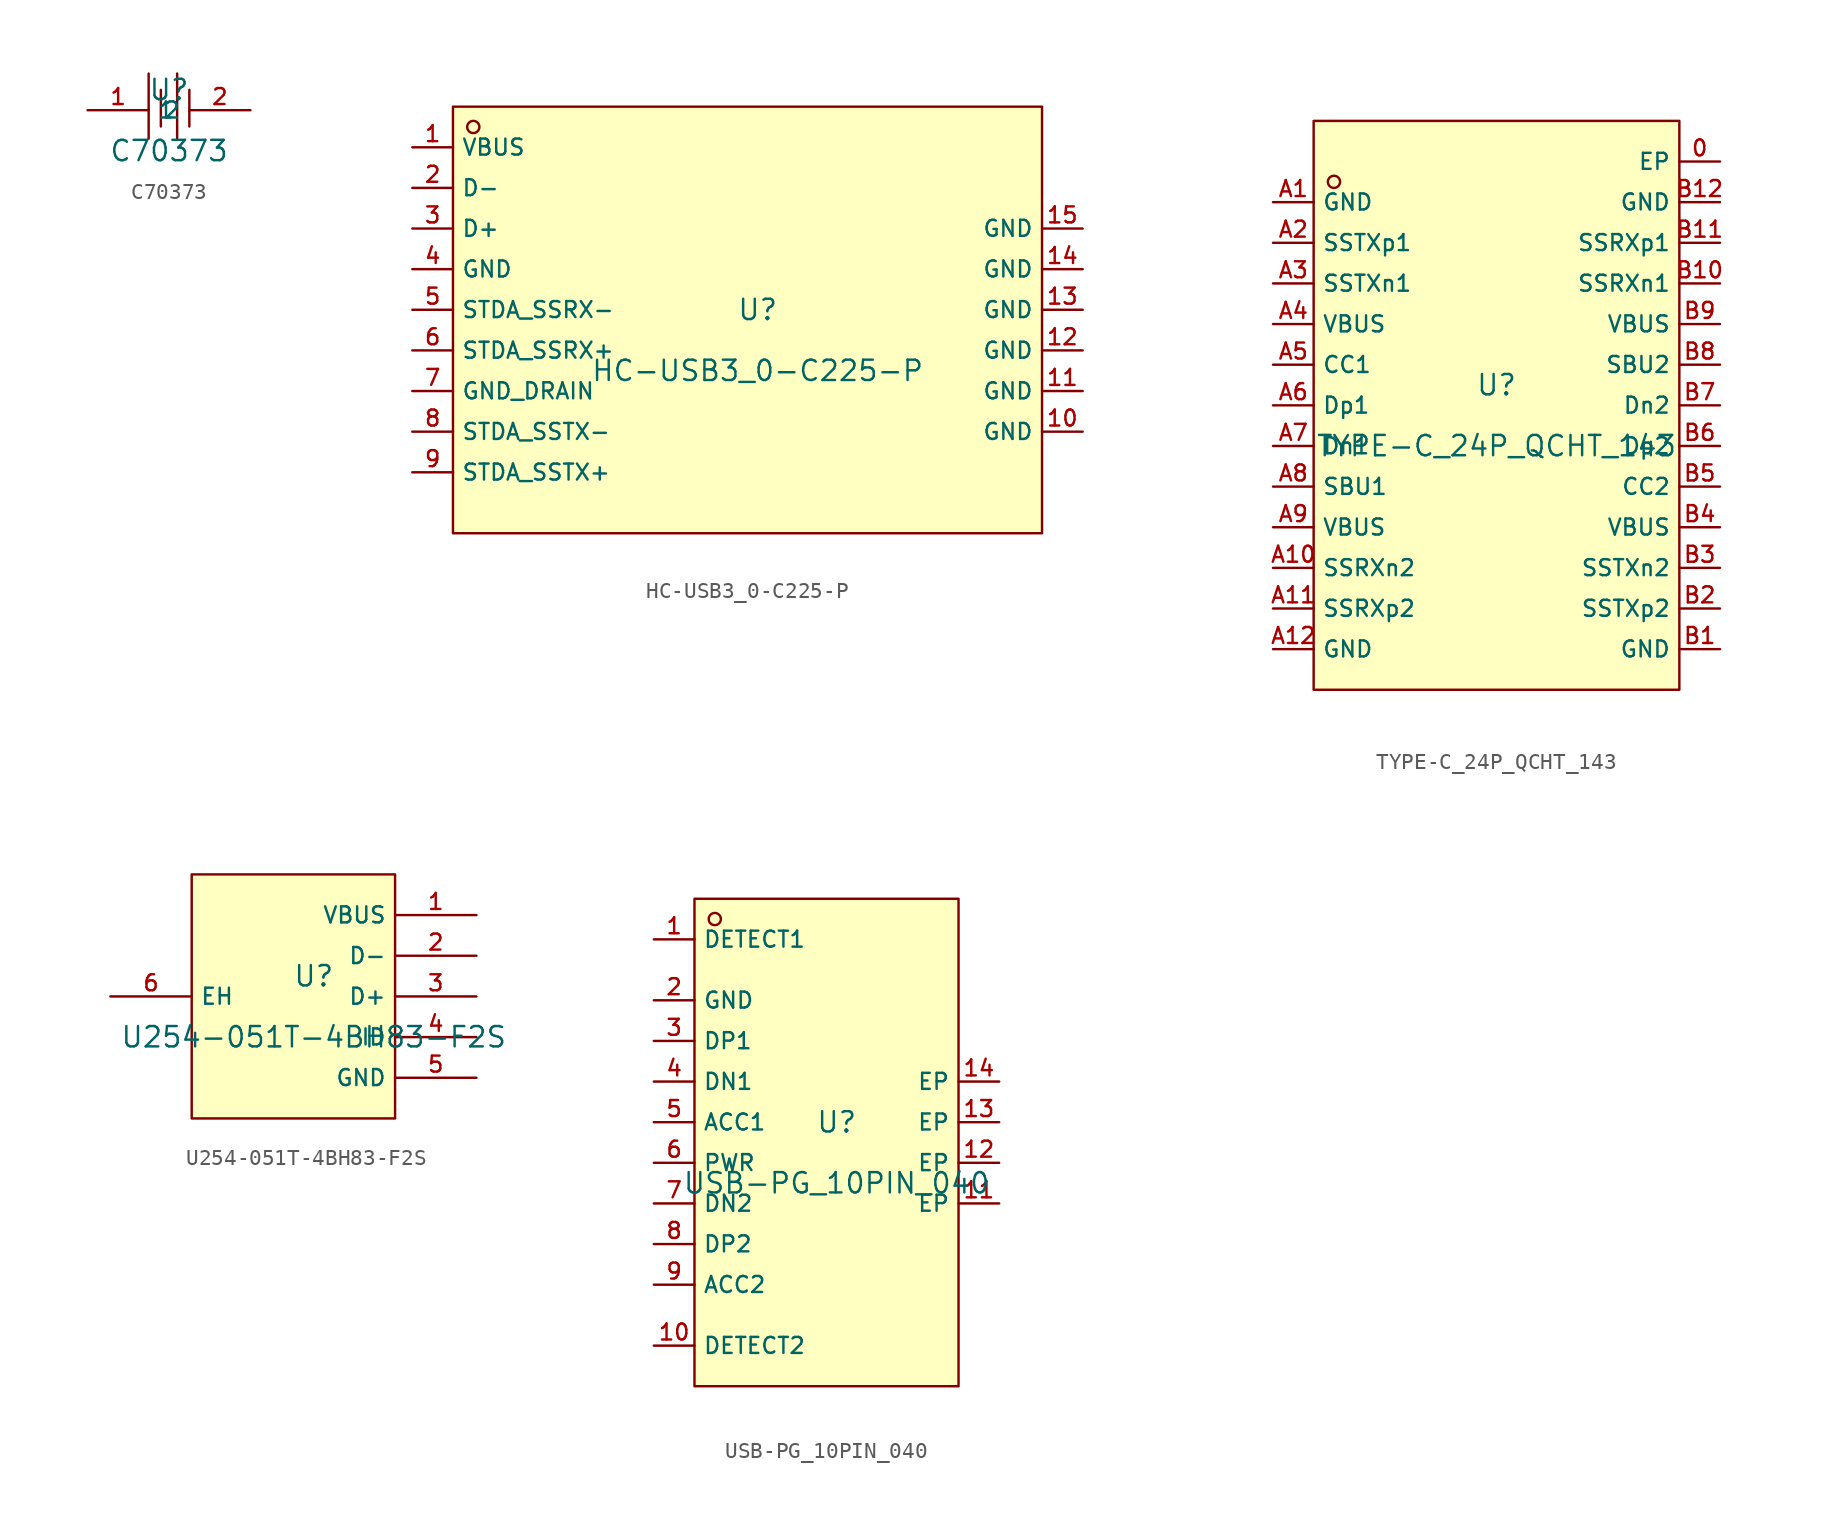
<source format=kicad_sym>
(kicad_symbol_lib
  (version 20210201)
  (generator TousstNicolas/JLC2KiCad_lib)
  (symbol "C70373"
    (property "Reference" "U"
      (at 0 1.27 0)
      (effects (font (size 1.27 1.27))))
    (property "Value" "C70373"
      (at 0 -2.54 0)
      (effects (font (size 1.27 1.27))))
    (symbol "C70373_0_1"
      (pin input line (at 5.08 -0.0 180) (length 3.81) (name "2" (effects (font (size 1 1)))) (number "2" (effects (font (size 1 1)))))
      (pin input line (at -5.08 -0.0 0) (length 3.81) (name "1" (effects (font (size 1 1)))) (number "1" (effects (font (size 1 1)))))
      (polyline (pts (xy 1.27 1.27) (xy 1.27 -1.016)) (stroke (width 0) (type default) (color 0 0 0 0)) (fill (type none)))
      (polyline (pts (xy 0.508 2.286) (xy 0.508 -1.778)) (stroke (width 0) (type default) (color 0 0 0 0)) (fill (type none)))
      (polyline (pts (xy -0.508 1.27) (xy -0.508 -1.016)) (stroke (width 0) (type default) (color 0 0 0 0)) (fill (type none)))
      (polyline (pts (xy -1.27 2.286) (xy -1.27 -1.778)) (stroke (width 0) (type default) (color 0 0 0 0)) (fill (type none)))))
  (symbol "HC-USB3_0-C225-P"
    (property "Reference" "U"
      (at 0 1.27 0)
      (effects (font (size 1.27 1.27))))
    (property "Value" "HC-USB3_0-C225-P"
      (at 0 -2.54 0)
      (effects (font (size 1.27 1.27))))
    (symbol "HC-USB3_0-C225-P_0_1"
      (rectangle (start -19.05 13.97) (end 17.78 -12.7) (stroke (width 0) (type default) (color 0 0 0 0)) (fill (type background)))
      (circle (center -17.78 12.7) (radius 0.381) (stroke (width 0) (type default) (color 0 0 0 0)) (fill (type background)))
      (pin unspecified line (at -21.59 11.43 0) (length 2.54) (name "VBUS" (effects (font (size 1 1)))) (number "1" (effects (font (size 1 1)))))
      (pin unspecified line (at -21.59 8.89 0) (length 2.54) (name "D-" (effects (font (size 1 1)))) (number "2" (effects (font (size 1 1)))))
      (pin unspecified line (at -21.59 6.35 0) (length 2.54) (name "D+" (effects (font (size 1 1)))) (number "3" (effects (font (size 1 1)))))
      (pin unspecified line (at -21.59 3.81 0) (length 2.54) (name "GND" (effects (font (size 1 1)))) (number "4" (effects (font (size 1 1)))))
      (pin unspecified line (at -21.59 1.27 0) (length 2.54) (name "STDA_SSRX-" (effects (font (size 1 1)))) (number "5" (effects (font (size 1 1)))))
      (pin unspecified line (at -21.59 -1.27 0) (length 2.54) (name "STDA_SSRX+" (effects (font (size 1 1)))) (number "6" (effects (font (size 1 1)))))
      (pin unspecified line (at -21.59 -3.81 0) (length 2.54) (name "GND_DRAIN" (effects (font (size 1 1)))) (number "7" (effects (font (size 1 1)))))
      (pin unspecified line (at -21.59 -6.35 0) (length 2.54) (name "STDA_SSTX-" (effects (font (size 1 1)))) (number "8" (effects (font (size 1 1)))))
      (pin unspecified line (at -21.59 -8.89 0) (length 2.54) (name "STDA_SSTX+" (effects (font (size 1 1)))) (number "9" (effects (font (size 1 1)))))
      (pin unspecified line (at 20.32 -6.35 180) (length 2.54) (name "GND" (effects (font (size 1 1)))) (number "10" (effects (font (size 1 1)))))
      (pin unspecified line (at 20.32 -3.81 180) (length 2.54) (name "GND" (effects (font (size 1 1)))) (number "11" (effects (font (size 1 1)))))
      (pin unspecified line (at 20.32 -1.27 180) (length 2.54) (name "GND" (effects (font (size 1 1)))) (number "12" (effects (font (size 1 1)))))
      (pin unspecified line (at 20.32 1.27 180) (length 2.54) (name "GND" (effects (font (size 1 1)))) (number "13" (effects (font (size 1 1)))))
      (pin unspecified line (at 20.32 3.81 180) (length 2.54) (name "GND" (effects (font (size 1 1)))) (number "14" (effects (font (size 1 1)))))
      (pin unspecified line (at 20.32 6.35 180) (length 2.54) (name "GND" (effects (font (size 1 1)))) (number "15" (effects (font (size 1 1)))))))
  (symbol "TYPE-C_24P_QCHT_143"
    (property "Reference" "U"
      (at 0 1.27 0)
      (effects (font (size 1.27 1.27))))
    (property "Value" "TYPE-C_24P_QCHT_143"
      (at 0 -2.54 0)
      (effects (font (size 1.27 1.27))))
    (symbol "TYPE-C_24P_QCHT_143_0_1"
      (rectangle (start -11.43 17.78) (end 11.43 -17.78) (stroke (width 0) (type default) (color 0 0 0 0)) (fill (type background)))
      (circle (center -10.16 13.97) (radius 0.381) (stroke (width 0) (type default) (color 0 0 0 0)) (fill (type background)))
      (pin unspecified line (at -13.97 12.7 0) (length 2.54) (name "GND" (effects (font (size 1 1)))) (number "A1" (effects (font (size 1 1)))))
      (pin unspecified line (at -13.97 10.16 0) (length 2.54) (name "SSTXp1" (effects (font (size 1 1)))) (number "A2" (effects (font (size 1 1)))))
      (pin unspecified line (at -13.97 7.62 0) (length 2.54) (name "SSTXn1" (effects (font (size 1 1)))) (number "A3" (effects (font (size 1 1)))))
      (pin unspecified line (at -13.97 5.08 0) (length 2.54) (name "VBUS" (effects (font (size 1 1)))) (number "A4" (effects (font (size 1 1)))))
      (pin unspecified line (at -13.97 2.54 0) (length 2.54) (name "CC1" (effects (font (size 1 1)))) (number "A5" (effects (font (size 1 1)))))
      (pin unspecified line (at -13.97 -0.0 0) (length 2.54) (name "Dp1" (effects (font (size 1 1)))) (number "A6" (effects (font (size 1 1)))))
      (pin unspecified line (at -13.97 -2.54 0) (length 2.54) (name "Dn1" (effects (font (size 1 1)))) (number "A7" (effects (font (size 1 1)))))
      (pin unspecified line (at -13.97 -5.08 0) (length 2.54) (name "SBU1" (effects (font (size 1 1)))) (number "A8" (effects (font (size 1 1)))))
      (pin unspecified line (at -13.97 -7.62 0) (length 2.54) (name "VBUS" (effects (font (size 1 1)))) (number "A9" (effects (font (size 1 1)))))
      (pin unspecified line (at -13.97 -10.16 0) (length 2.54) (name "SSRXn2" (effects (font (size 1 1)))) (number "A10" (effects (font (size 1 1)))))
      (pin unspecified line (at -13.97 -12.7 0) (length 2.54) (name "SSRXp2" (effects (font (size 1 1)))) (number "A11" (effects (font (size 1 1)))))
      (pin unspecified line (at -13.97 -15.24 0) (length 2.54) (name "GND" (effects (font (size 1 1)))) (number "A12" (effects (font (size 1 1)))))
      (pin unspecified line (at 13.97 -15.24 180) (length 2.54) (name "GND" (effects (font (size 1 1)))) (number "B1" (effects (font (size 1 1)))))
      (pin unspecified line (at 13.97 -12.7 180) (length 2.54) (name "SSTXp2" (effects (font (size 1 1)))) (number "B2" (effects (font (size 1 1)))))
      (pin unspecified line (at 13.97 -10.16 180) (length 2.54) (name "SSTXn2" (effects (font (size 1 1)))) (number "B3" (effects (font (size 1 1)))))
      (pin unspecified line (at 13.97 -7.62 180) (length 2.54) (name "VBUS" (effects (font (size 1 1)))) (number "B4" (effects (font (size 1 1)))))
      (pin unspecified line (at 13.97 -5.08 180) (length 2.54) (name "CC2" (effects (font (size 1 1)))) (number "B5" (effects (font (size 1 1)))))
      (pin unspecified line (at 13.97 -2.54 180) (length 2.54) (name "Dp2" (effects (font (size 1 1)))) (number "B6" (effects (font (size 1 1)))))
      (pin unspecified line (at 13.97 -0.0 180) (length 2.54) (name "Dn2" (effects (font (size 1 1)))) (number "B7" (effects (font (size 1 1)))))
      (pin unspecified line (at 13.97 2.54 180) (length 2.54) (name "SBU2" (effects (font (size 1 1)))) (number "B8" (effects (font (size 1 1)))))
      (pin unspecified line (at 13.97 5.08 180) (length 2.54) (name "VBUS" (effects (font (size 1 1)))) (number "B9" (effects (font (size 1 1)))))
      (pin unspecified line (at 13.97 7.62 180) (length 2.54) (name "SSRXn1" (effects (font (size 1 1)))) (number "B10" (effects (font (size 1 1)))))
      (pin unspecified line (at 13.97 10.16 180) (length 2.54) (name "SSRXp1" (effects (font (size 1 1)))) (number "B11" (effects (font (size 1 1)))))
      (pin unspecified line (at 13.97 12.7 180) (length 2.54) (name "GND" (effects (font (size 1 1)))) (number "B12" (effects (font (size 1 1)))))
      (pin unspecified line (at 13.97 15.24 180) (length 2.54) (name "EP" (effects (font (size 1 1)))) (number "0" (effects (font (size 1 1)))))))
  (symbol "U254-051T-4BH83-F2S"
    (property "Reference" "U"
      (at 0 1.27 0)
      (effects (font (size 1.27 1.27))))
    (property "Value" "U254-051T-4BH83-F2S"
      (at 0 -2.54 0)
      (effects (font (size 1.27 1.27))))
    (symbol "U254-051T-4BH83-F2S_0_1"
      (rectangle (start -7.62 7.62) (end 5.08 -7.62) (stroke (width 0) (type default) (color 0 0 0 0)) (fill (type background)))
      (pin input line (at 10.16 -5.08 180) (length 5.08) (name "GND" (effects (font (size 1 1)))) (number "5" (effects (font (size 1 1)))))
      (pin input line (at 10.16 5.08 180) (length 5.08) (name "VBUS" (effects (font (size 1 1)))) (number "1" (effects (font (size 1 1)))))
      (pin input line (at 10.16 2.54 180) (length 5.08) (name "D-" (effects (font (size 1 1)))) (number "2" (effects (font (size 1 1)))))
      (pin input line (at 10.16 -0.0 180) (length 5.08) (name "D+" (effects (font (size 1 1)))) (number "3" (effects (font (size 1 1)))))
      (pin input line (at 10.16 -2.54 180) (length 5.08) (name "ID" (effects (font (size 1 1)))) (number "4" (effects (font (size 1 1)))))
      (pin input line (at -12.7 -0.0 0) (length 5.08) (name "EH" (effects (font (size 1 1)))) (number "6" (effects (font (size 1 1)))))))
  (symbol "USB-PG_10PIN_040"
    (property "Reference" "U"
      (at 0 1.27 0)
      (effects (font (size 1.27 1.27))))
    (property "Value" "USB-PG_10PIN_040"
      (at 0 -2.54 0)
      (effects (font (size 1.27 1.27))))
    (symbol "USB-PG_10PIN_040_0_1"
      (rectangle (start -8.89 15.24) (end 7.62 -15.24) (stroke (width 0) (type default) (color 0 0 0 0)) (fill (type background)))
      (circle (center -7.62 13.97) (radius 0.381) (stroke (width 0) (type default) (color 0 0 0 0)) (fill (type background)))
      (pin unspecified line (at 10.16 -1.27 180) (length 2.54) (name "EP" (effects (font (size 1 1)))) (number "12" (effects (font (size 1 1)))))
      (pin unspecified line (at 10.16 1.27 180) (length 2.54) (name "EP" (effects (font (size 1 1)))) (number "13" (effects (font (size 1 1)))))
      (pin unspecified line (at 10.16 3.81 180) (length 2.54) (name "EP" (effects (font (size 1 1)))) (number "14" (effects (font (size 1 1)))))
      (pin unspecified line (at 10.16 -3.81 180) (length 2.54) (name "EP" (effects (font (size 1 1)))) (number "11" (effects (font (size 1 1)))))
      (pin unspecified line (at -11.43 12.7 0) (length 2.54) (name "DETECT1" (effects (font (size 1 1)))) (number "1" (effects (font (size 1 1)))))
      (pin unspecified line (at -11.43 -12.7 0) (length 2.54) (name "DETECT2" (effects (font (size 1 1)))) (number "10" (effects (font (size 1 1)))))
      (pin unspecified line (at -11.43 -8.89 0) (length 2.54) (name "ACC2" (effects (font (size 1 1)))) (number "9" (effects (font (size 1 1)))))
      (pin unspecified line (at -11.43 -6.35 0) (length 2.54) (name "DP2" (effects (font (size 1 1)))) (number "8" (effects (font (size 1 1)))))
      (pin unspecified line (at -11.43 -3.81 0) (length 2.54) (name "DN2" (effects (font (size 1 1)))) (number "7" (effects (font (size 1 1)))))
      (pin unspecified line (at -11.43 -1.27 0) (length 2.54) (name "PWR" (effects (font (size 1 1)))) (number "6" (effects (font (size 1 1)))))
      (pin unspecified line (at -11.43 1.27 0) (length 2.54) (name "ACC1" (effects (font (size 1 1)))) (number "5" (effects (font (size 1 1)))))
      (pin unspecified line (at -11.43 3.81 0) (length 2.54) (name "DN1" (effects (font (size 1 1)))) (number "4" (effects (font (size 1 1)))))
      (pin unspecified line (at -11.43 6.35 0) (length 2.54) (name "DP1" (effects (font (size 1 1)))) (number "3" (effects (font (size 1 1)))))
      (pin unspecified line (at -11.43 8.89 0) (length 2.54) (name "GND" (effects (font (size 1 1)))) (number "2" (effects (font (size 1 1))))))))
</source>
